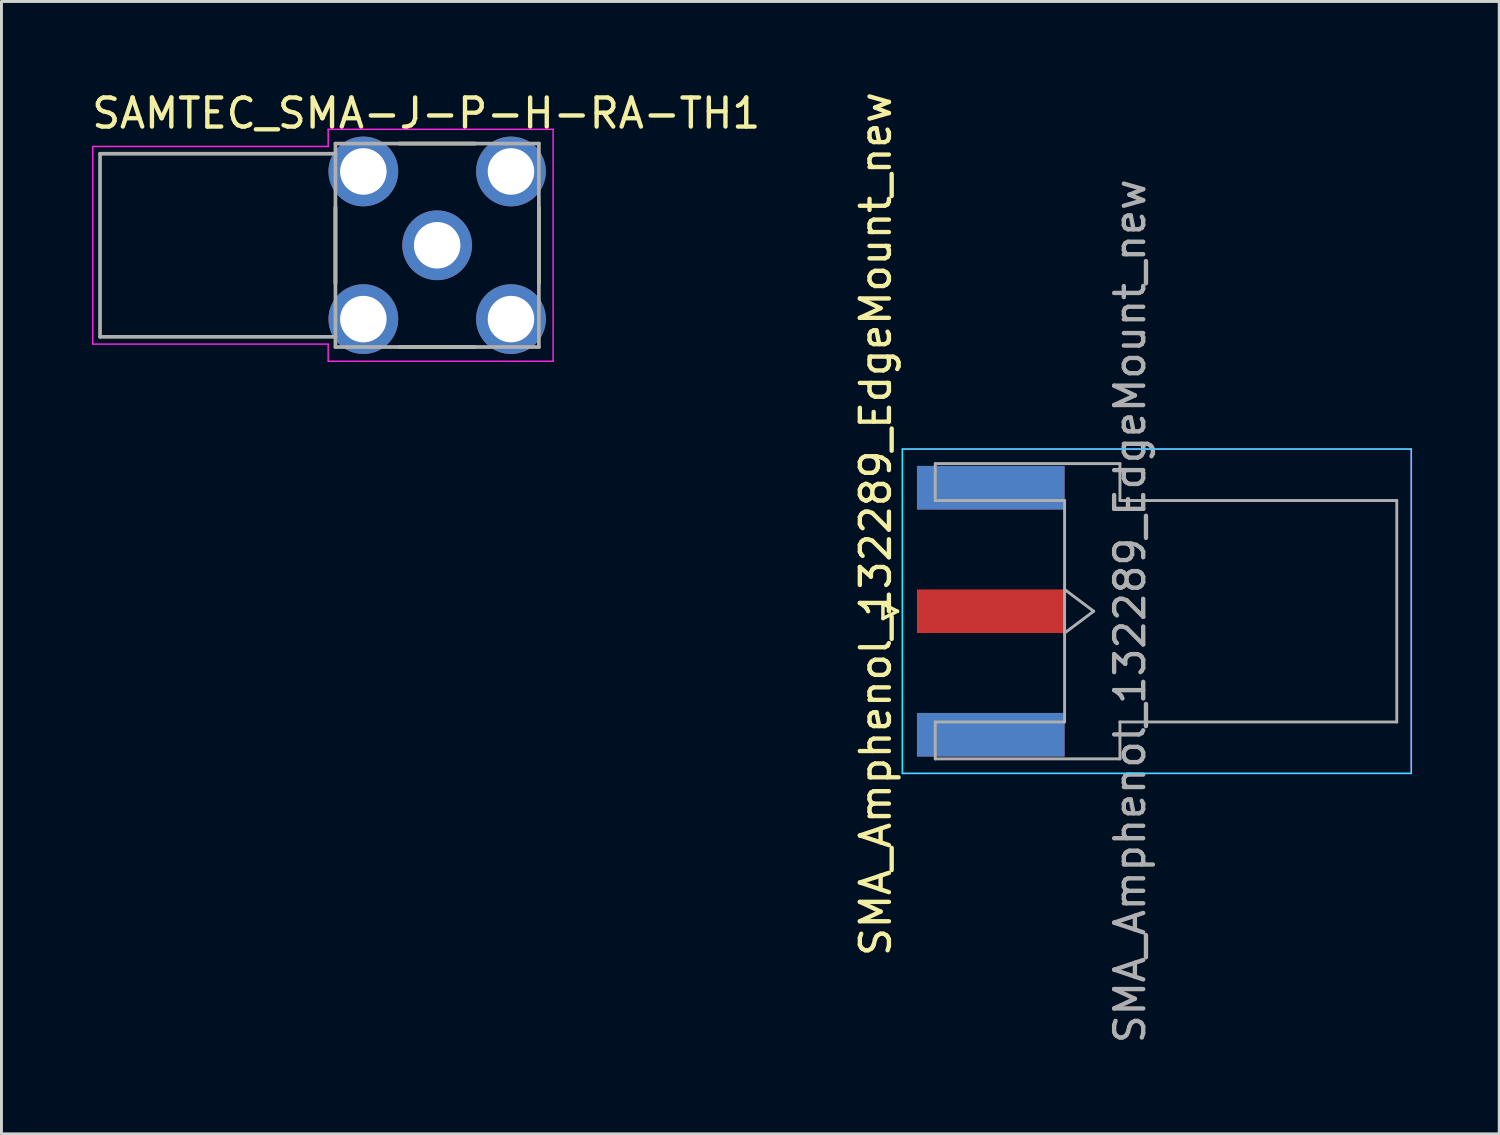
<source format=kicad_pcb>
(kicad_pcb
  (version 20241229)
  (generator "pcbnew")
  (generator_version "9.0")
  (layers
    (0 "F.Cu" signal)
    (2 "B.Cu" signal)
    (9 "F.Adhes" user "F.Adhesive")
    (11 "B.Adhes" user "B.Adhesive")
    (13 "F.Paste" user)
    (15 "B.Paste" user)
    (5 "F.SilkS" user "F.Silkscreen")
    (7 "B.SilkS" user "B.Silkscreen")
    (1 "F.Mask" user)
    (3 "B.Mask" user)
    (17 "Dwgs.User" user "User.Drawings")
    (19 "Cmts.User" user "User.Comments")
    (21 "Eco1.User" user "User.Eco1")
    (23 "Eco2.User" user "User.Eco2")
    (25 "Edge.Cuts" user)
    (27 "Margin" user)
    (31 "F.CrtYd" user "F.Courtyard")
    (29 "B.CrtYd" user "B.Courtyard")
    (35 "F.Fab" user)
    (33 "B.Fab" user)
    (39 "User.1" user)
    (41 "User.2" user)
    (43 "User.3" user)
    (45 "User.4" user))
  (footprint "SMA_Amphenol_132289_EdgeMount_new"
    (layer "F.Cu")
    (at 31.041 17.982)
    (property "Reference" "SMA_Amphenol_132289_EdgeMount_new" (at -3.96 -3 90) (layer "F.SilkS") (effects (font (size 1 1) (thickness 0.15))))
    (attr smd)
    (fp_line (start -3.71 -0.25) (end -3.71 0.25) (stroke (width 0.12) (type solid)) (layer "F.SilkS"))
    (fp_line (start -3.71 0.25) (end -3.21 0) (stroke (width 0.12) (type solid)) (layer "F.SilkS"))
    (fp_line (start -3.21 0) (end -3.71 -0.25) (stroke (width 0.12) (type solid)) (layer "F.SilkS"))
    (fp_line (start -3.04 5.58) (end -3.04 -5.58) (stroke (width 0.05) (type solid)) (layer "B.CrtYd"))
    (fp_line (start 14.47 -5.58) (end -3.04 -5.58) (stroke (width 0.05) (type solid)) (layer "B.CrtYd"))
    (fp_line (start 14.47 -5.58) (end 14.47 5.58) (stroke (width 0.05) (type solid)) (layer "B.CrtYd"))
    (fp_line (start 14.47 5.58) (end -3.04 5.58) (stroke (width 0.05) (type solid)) (layer "B.CrtYd"))
    (fp_line (start -3.04 5.58) (end -3.04 -5.58) (stroke (width 0.05) (type solid)) (layer "F.CrtYd"))
    (fp_line (start 14.47 -5.58) (end -3.04 -5.58) (stroke (width 0.05) (type solid)) (layer "F.CrtYd"))
    (fp_line (start 14.47 -5.58) (end 14.47 5.58) (stroke (width 0.05) (type solid)) (layer "F.CrtYd"))
    (fp_line (start 14.47 5.58) (end -3.04 5.58) (stroke (width 0.05) (type solid)) (layer "F.CrtYd"))
    (fp_line (start -1.91 -5.08) (end -1.91 -3.81) (stroke (width 0.1) (type solid)) (layer "F.Fab"))
    (fp_line (start -1.91 -5.08) (end 4.445 -5.08) (stroke (width 0.1) (type solid)) (layer "F.Fab"))
    (fp_line (start -1.91 -3.81) (end 2.54 -3.81) (stroke (width 0.1) (type solid)) (layer "F.Fab"))
    (fp_line (start -1.91 3.81) (end -1.91 5.08) (stroke (width 0.1) (type solid)) (layer "F.Fab"))
    (fp_line (start -1.91 5.08) (end 4.445 5.08) (stroke (width 0.1) (type solid)) (layer "F.Fab"))
    (fp_line (start 2.54 -3.81) (end 2.54 3.81) (stroke (width 0.1) (type solid)) (layer "F.Fab"))
    (fp_line (start 2.54 -0.75) (end 3.54 0) (stroke (width 0.1) (type solid)) (layer "F.Fab"))
    (fp_line (start 2.54 3.81) (end -1.91 3.81) (stroke (width 0.1) (type solid)) (layer "F.Fab"))
    (fp_line (start 3.54 0) (end 2.54 0.75) (stroke (width 0.1) (type solid)) (layer "F.Fab"))
    (fp_line (start 4.445 -3.81) (end 4.445 -5.08) (stroke (width 0.1) (type solid)) (layer "F.Fab"))
    (fp_line (start 4.445 -3.81) (end 13.97 -3.81) (stroke (width 0.1) (type solid)) (layer "F.Fab"))
    (fp_line (start 4.445 5.08) (end 4.445 3.81) (stroke (width 0.1) (type solid)) (layer "F.Fab"))
    (fp_line (start 13.97 -3.81) (end 13.97 3.81) (stroke (width 0.1) (type solid)) (layer "F.Fab"))
    (fp_line (start 13.97 3.81) (end 4.445 3.81) (stroke (width 0.1) (type solid)) (layer "F.Fab"))
    (fp_text user "${REFERENCE}" (at 4.79 0 270) (layer "F.Fab") (effects (font (size 1 1) (thickness 0.15))))
    (pad "1" smd rect (at 0 0 90) (size 1.5 5.08) (layers "F.Cu" "F.Mask" "F.Paste"))
    (pad "2" smd rect (at 0 4.25 90) (size 1.5 5.08) (layers "F.Cu" "F.Mask" "F.Paste"))
    (pad "3" smd rect (at 0 -4.25 90) (size 1.5 5.08) (layers "F.Cu" "F.Mask" "F.Paste"))
    (pad "4" smd rect (at 0 -4.25 90) (size 1.5 5.08) (layers "B.Cu" "B.Mask" "B.Paste"))
    (pad "5" smd rect (at 0 4.25 90) (size 1.5 5.08) (layers "B.Cu" "B.Mask" "B.Paste")))
  (footprint "SAMTEC_SMA-J-P-H-RA-TH1"
    (layer "F.Cu")
    (at 11.992 5.39)
    (property "Reference" "SAMTEC_SMA-J-P-H-RA-TH1" (at -0.376 -4.541 0) (layer "F.SilkS") (effects (font (size 1.001 1.001) (thickness 0.15))))
    (attr through_hole)
    (fp_line (start -3.5 1.3) (end -3.5 -1.3) (stroke (width 0.127) (type solid)) (layer "F.SilkS"))
    (fp_line (start -1.3 -3.5) (end 1.3 -3.5) (stroke (width 0.127) (type solid)) (layer "F.SilkS"))
    (fp_line (start 1.3 3.5) (end -1.3 3.5) (stroke (width 0.127) (type solid)) (layer "F.SilkS"))
    (fp_line (start 3.5 1.3) (end 3.5 -1.3) (stroke (width 0.127) (type solid)) (layer "F.SilkS"))
    (fp_line (start -11.85 -3.4) (end -11.85 3.4) (stroke (width 0.05) (type solid)) (layer "F.CrtYd"))
    (fp_line (start -11.85 3.4) (end -3.75 3.4) (stroke (width 0.05) (type solid)) (layer "F.CrtYd"))
    (fp_line (start -3.75 -3.99) (end -3.75 -3.4) (stroke (width 0.05) (type solid)) (layer "F.CrtYd"))
    (fp_line (start -3.75 -3.99) (end 3.99 -3.99) (stroke (width 0.05) (type solid)) (layer "F.CrtYd"))
    (fp_line (start -3.75 -3.4) (end -11.85 -3.4) (stroke (width 0.05) (type solid)) (layer "F.CrtYd"))
    (fp_line (start -3.75 3.4) (end -3.75 3.99) (stroke (width 0.05) (type solid)) (layer "F.CrtYd"))
    (fp_line (start 3.99 -3.99) (end 3.99 3.99) (stroke (width 0.05) (type solid)) (layer "F.CrtYd"))
    (fp_line (start 3.99 3.99) (end -3.75 3.99) (stroke (width 0.05) (type solid)) (layer "F.CrtYd"))
    (fp_line (start -11.6 -3.15) (end -11.6 3.15) (stroke (width 0.127) (type solid)) (layer "F.Fab"))
    (fp_line (start -11.6 3.15) (end -3.5 3.15) (stroke (width 0.127) (type solid)) (layer "F.Fab"))
    (fp_line (start -3.5 -3.5) (end 3.5 -3.5) (stroke (width 0.127) (type solid)) (layer "F.Fab"))
    (fp_line (start -3.5 -3.15) (end -11.6 -3.15) (stroke (width 0.127) (type solid)) (layer "F.Fab"))
    (fp_line (start -3.5 -3.15) (end -3.5 -3.5) (stroke (width 0.127) (type solid)) (layer "F.Fab"))
    (fp_line (start -3.5 3.15) (end -3.5 -3.15) (stroke (width 0.127) (type solid)) (layer "F.Fab"))
    (fp_line (start -3.5 3.5) (end -3.5 3.15) (stroke (width 0.127) (type solid)) (layer "F.Fab"))
    (fp_line (start 3.5 -3.5) (end 3.5 3.5) (stroke (width 0.127) (type solid)) (layer "F.Fab"))
    (fp_line (start 3.5 3.5) (end -3.5 3.5) (stroke (width 0.127) (type solid)) (layer "F.Fab"))
    (pad "1" thru_hole circle (at 0 0) (size 2.4 2.4) (drill 1.6) (layers "*.Cu" "*.Mask"))
    (pad "2" thru_hole circle (at 2.54 2.54) (size 2.4 2.4) (drill 1.6) (layers "*.Cu" "*.Mask"))
    (pad "3" thru_hole circle (at 2.54 -2.54) (size 2.4 2.4) (drill 1.6) (layers "*.Cu" "*.Mask"))
    (pad "4" thru_hole circle (at -2.54 -2.54) (size 2.4 2.4) (drill 1.6) (layers "*.Cu" "*.Mask"))
    (pad "5" thru_hole circle (at -2.54 2.54) (size 2.4 2.4) (drill 1.6) (layers "*.Cu" "*.Mask")))
  (gr_rect
    (start -3 -3)
    (end 48.536 35.964)
    (stroke (width 0.1) (type default))
    (fill no)
    (layer "Edge.Cuts")))
</source>
